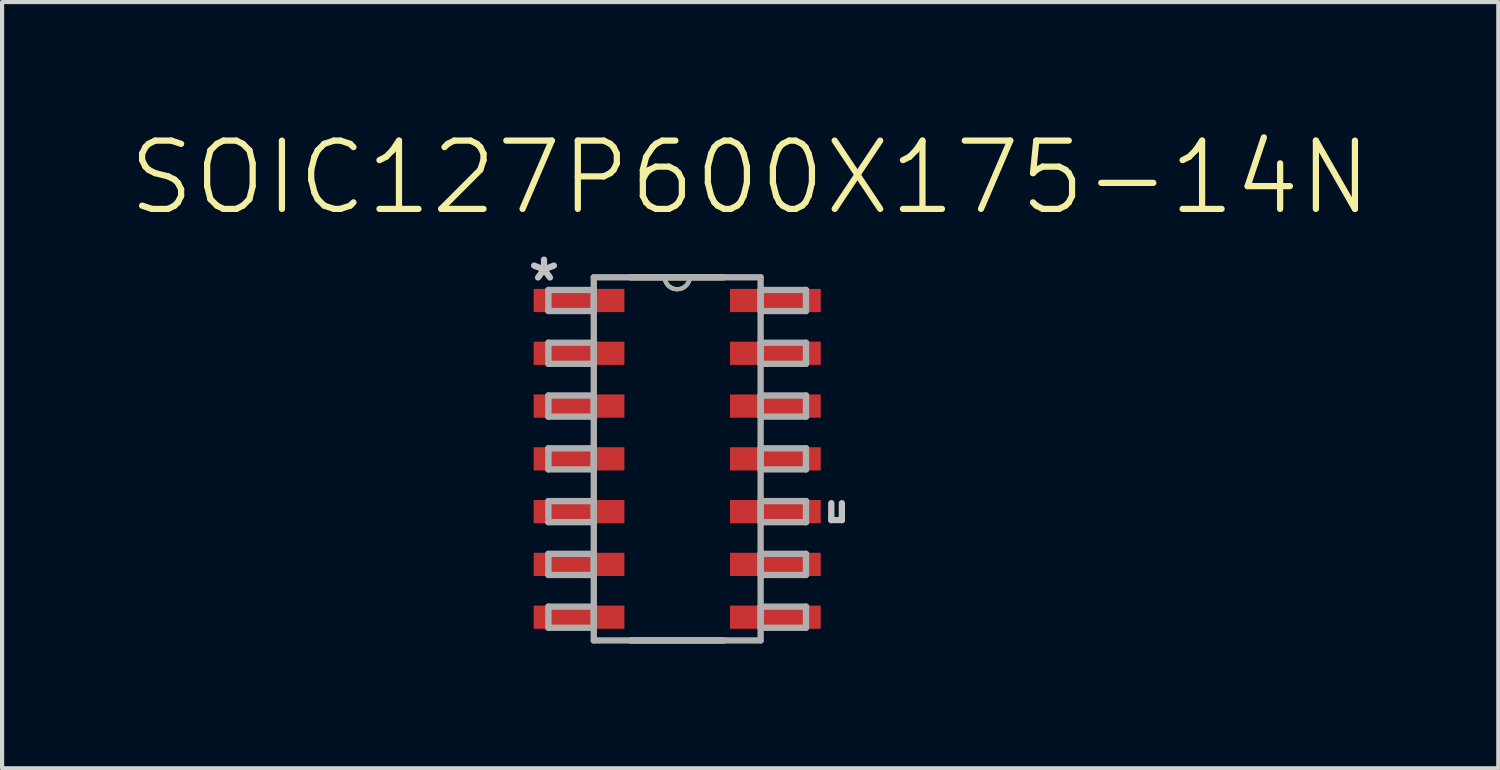
<source format=kicad_pcb>
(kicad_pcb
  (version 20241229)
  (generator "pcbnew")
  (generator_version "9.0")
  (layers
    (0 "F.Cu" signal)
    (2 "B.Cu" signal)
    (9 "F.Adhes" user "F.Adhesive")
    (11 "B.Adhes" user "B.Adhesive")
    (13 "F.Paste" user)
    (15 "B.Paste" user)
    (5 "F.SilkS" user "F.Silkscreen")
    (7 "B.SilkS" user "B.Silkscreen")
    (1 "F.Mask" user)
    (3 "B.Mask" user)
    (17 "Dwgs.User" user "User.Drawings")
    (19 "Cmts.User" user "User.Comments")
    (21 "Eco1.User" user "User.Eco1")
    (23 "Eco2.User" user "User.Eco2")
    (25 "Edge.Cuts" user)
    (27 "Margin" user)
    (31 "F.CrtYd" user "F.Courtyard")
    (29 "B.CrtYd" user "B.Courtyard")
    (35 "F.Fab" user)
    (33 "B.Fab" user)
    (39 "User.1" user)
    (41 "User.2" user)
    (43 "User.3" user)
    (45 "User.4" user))
  (footprint "SOIC127P600X175-14N"
    (layer "F.Cu")
    (at 13.245 7.991)
    (property "Reference" "SOIC127P600X175-14N" (at 1.755 -6.767 0) (layer "F.SilkS") (effects (font (size 1.643 1.643) (thickness 0.15))))
    (attr smd)
    (fp_line (start -1.118 4.369) (end 1.118 4.369) (stroke (width 0.152) (type solid)) (layer "F.SilkS"))
    (fp_line (start -0.305 -4.369) (end -1.118 -4.369) (stroke (width 0.152) (type solid)) (layer "F.SilkS"))
    (fp_line (start 1.118 -4.369) (end -0.305 -4.369) (stroke (width 0.152) (type solid)) (layer "F.SilkS"))
    (fp_arc (start 0.3048 -4.3942) (mid 0.0127 -4.0767) (end -0.3048 -4.3688) (stroke (width 0.1) (type solid)) (layer "F.SilkS"))
    (fp_line (start 3.708 1.473) (end 3.708 1.067) (stroke (width 0.152) (type solid)) (layer "Dwgs.User"))
    (fp_line (start 3.962 1.067) (end 3.962 1.473) (stroke (width 0.152) (type solid)) (layer "Dwgs.User"))
    (fp_line (start 3.962 1.473) (end 3.708 1.473) (stroke (width 0.152) (type solid)) (layer "Dwgs.User"))
    (fp_line (start -3.099 -4.064) (end -3.099 -3.556) (stroke (width 0.152) (type solid)) (layer "F.Fab"))
    (fp_line (start -3.099 -3.556) (end -2.007 -3.556) (stroke (width 0.152) (type solid)) (layer "F.Fab"))
    (fp_line (start -3.099 -2.794) (end -3.099 -2.286) (stroke (width 0.152) (type solid)) (layer "F.Fab"))
    (fp_line (start -3.099 -2.286) (end -2.007 -2.286) (stroke (width 0.152) (type solid)) (layer "F.Fab"))
    (fp_line (start -3.099 -1.524) (end -3.099 -1.016) (stroke (width 0.152) (type solid)) (layer "F.Fab"))
    (fp_line (start -3.099 -1.016) (end -2.007 -1.016) (stroke (width 0.152) (type solid)) (layer "F.Fab"))
    (fp_line (start -3.099 -0.254) (end -3.099 0.254) (stroke (width 0.152) (type solid)) (layer "F.Fab"))
    (fp_line (start -3.099 0.254) (end -2.007 0.254) (stroke (width 0.152) (type solid)) (layer "F.Fab"))
    (fp_line (start -3.099 1.016) (end -3.099 1.524) (stroke (width 0.152) (type solid)) (layer "F.Fab"))
    (fp_line (start -3.099 1.524) (end -2.007 1.524) (stroke (width 0.152) (type solid)) (layer "F.Fab"))
    (fp_line (start -3.099 2.286) (end -3.099 2.794) (stroke (width 0.152) (type solid)) (layer "F.Fab"))
    (fp_line (start -3.099 2.794) (end -2.007 2.794) (stroke (width 0.152) (type solid)) (layer "F.Fab"))
    (fp_line (start -3.099 3.556) (end -3.099 4.064) (stroke (width 0.152) (type solid)) (layer "F.Fab"))
    (fp_line (start -3.099 4.064) (end -2.007 4.064) (stroke (width 0.152) (type solid)) (layer "F.Fab"))
    (fp_line (start -2.007 -4.369) (end -2.007 4.369) (stroke (width 0.152) (type solid)) (layer "F.Fab"))
    (fp_line (start -2.007 -4.064) (end -3.099 -4.064) (stroke (width 0.152) (type solid)) (layer "F.Fab"))
    (fp_line (start -2.007 -3.556) (end -2.007 -4.064) (stroke (width 0.152) (type solid)) (layer "F.Fab"))
    (fp_line (start -2.007 -2.794) (end -3.099 -2.794) (stroke (width 0.152) (type solid)) (layer "F.Fab"))
    (fp_line (start -2.007 -2.286) (end -2.007 -2.794) (stroke (width 0.152) (type solid)) (layer "F.Fab"))
    (fp_line (start -2.007 -1.524) (end -3.099 -1.524) (stroke (width 0.152) (type solid)) (layer "F.Fab"))
    (fp_line (start -2.007 -1.016) (end -2.007 -1.524) (stroke (width 0.152) (type solid)) (layer "F.Fab"))
    (fp_line (start -2.007 -0.254) (end -3.099 -0.254) (stroke (width 0.152) (type solid)) (layer "F.Fab"))
    (fp_line (start -2.007 0.254) (end -2.007 -0.254) (stroke (width 0.152) (type solid)) (layer "F.Fab"))
    (fp_line (start -2.007 1.016) (end -3.099 1.016) (stroke (width 0.152) (type solid)) (layer "F.Fab"))
    (fp_line (start -2.007 1.524) (end -2.007 1.016) (stroke (width 0.152) (type solid)) (layer "F.Fab"))
    (fp_line (start -2.007 2.286) (end -3.099 2.286) (stroke (width 0.152) (type solid)) (layer "F.Fab"))
    (fp_line (start -2.007 2.794) (end -2.007 2.286) (stroke (width 0.152) (type solid)) (layer "F.Fab"))
    (fp_line (start -2.007 3.556) (end -3.099 3.556) (stroke (width 0.152) (type solid)) (layer "F.Fab"))
    (fp_line (start -2.007 4.064) (end -2.007 3.556) (stroke (width 0.152) (type solid)) (layer "F.Fab"))
    (fp_line (start -2.007 4.369) (end 2.007 4.369) (stroke (width 0.152) (type solid)) (layer "F.Fab"))
    (fp_line (start -0.305 -4.369) (end -2.007 -4.369) (stroke (width 0.152) (type solid)) (layer "F.Fab"))
    (fp_line (start 2.007 -4.369) (end -0.305 -4.369) (stroke (width 0.152) (type solid)) (layer "F.Fab"))
    (fp_line (start 2.007 -4.064) (end 2.007 -3.556) (stroke (width 0.152) (type solid)) (layer "F.Fab"))
    (fp_line (start 2.007 -3.556) (end 3.099 -3.556) (stroke (width 0.152) (type solid)) (layer "F.Fab"))
    (fp_line (start 2.007 -2.794) (end 2.007 -2.286) (stroke (width 0.152) (type solid)) (layer "F.Fab"))
    (fp_line (start 2.007 -2.286) (end 3.099 -2.286) (stroke (width 0.152) (type solid)) (layer "F.Fab"))
    (fp_line (start 2.007 -1.524) (end 2.007 -1.016) (stroke (width 0.152) (type solid)) (layer "F.Fab"))
    (fp_line (start 2.007 -1.016) (end 3.099 -1.016) (stroke (width 0.152) (type solid)) (layer "F.Fab"))
    (fp_line (start 2.007 -0.254) (end 2.007 0.254) (stroke (width 0.152) (type solid)) (layer "F.Fab"))
    (fp_line (start 2.007 0.254) (end 3.099 0.254) (stroke (width 0.152) (type solid)) (layer "F.Fab"))
    (fp_line (start 2.007 1.016) (end 2.007 1.524) (stroke (width 0.152) (type solid)) (layer "F.Fab"))
    (fp_line (start 2.007 1.524) (end 3.099 1.524) (stroke (width 0.152) (type solid)) (layer "F.Fab"))
    (fp_line (start 2.007 2.286) (end 2.007 2.794) (stroke (width 0.152) (type solid)) (layer "F.Fab"))
    (fp_line (start 2.007 2.794) (end 3.099 2.794) (stroke (width 0.152) (type solid)) (layer "F.Fab"))
    (fp_line (start 2.007 3.556) (end 2.007 4.064) (stroke (width 0.152) (type solid)) (layer "F.Fab"))
    (fp_line (start 2.007 4.064) (end 3.099 4.064) (stroke (width 0.152) (type solid)) (layer "F.Fab"))
    (fp_line (start 2.007 4.369) (end 2.007 -4.369) (stroke (width 0.152) (type solid)) (layer "F.Fab"))
    (fp_line (start 3.099 -4.064) (end 2.007 -4.064) (stroke (width 0.152) (type solid)) (layer "F.Fab"))
    (fp_line (start 3.099 -3.556) (end 3.099 -4.064) (stroke (width 0.152) (type solid)) (layer "F.Fab"))
    (fp_line (start 3.099 -2.794) (end 2.007 -2.794) (stroke (width 0.152) (type solid)) (layer "F.Fab"))
    (fp_line (start 3.099 -2.286) (end 3.099 -2.794) (stroke (width 0.152) (type solid)) (layer "F.Fab"))
    (fp_line (start 3.099 -1.524) (end 2.007 -1.524) (stroke (width 0.152) (type solid)) (layer "F.Fab"))
    (fp_line (start 3.099 -1.016) (end 3.099 -1.524) (stroke (width 0.152) (type solid)) (layer "F.Fab"))
    (fp_line (start 3.099 -0.254) (end 2.007 -0.254) (stroke (width 0.152) (type solid)) (layer "F.Fab"))
    (fp_line (start 3.099 0.254) (end 3.099 -0.254) (stroke (width 0.152) (type solid)) (layer "F.Fab"))
    (fp_line (start 3.099 1.016) (end 2.007 1.016) (stroke (width 0.152) (type solid)) (layer "F.Fab"))
    (fp_line (start 3.099 1.524) (end 3.099 1.016) (stroke (width 0.152) (type solid)) (layer "F.Fab"))
    (fp_line (start 3.099 2.286) (end 2.007 2.286) (stroke (width 0.152) (type solid)) (layer "F.Fab"))
    (fp_line (start 3.099 2.794) (end 3.099 2.286) (stroke (width 0.152) (type solid)) (layer "F.Fab"))
    (fp_line (start 3.099 3.556) (end 2.007 3.556) (stroke (width 0.152) (type solid)) (layer "F.Fab"))
    (fp_line (start 3.099 4.064) (end 3.099 3.556) (stroke (width 0.152) (type solid)) (layer "F.Fab"))
    (fp_arc (start 0.3048 -4.3942) (mid 0.0127 -4.0767) (end -0.3048 -4.3688) (stroke (width 0.1) (type solid)) (layer "F.Fab"))
    (fp_text user "*" (at -3.205 -4.248 0) (layer "Dwgs.User") (effects (font (size 1.002 1.002) (thickness 0.15))))
    (pad "1" smd rect (at -2.362 -3.81) (size 2.184 0.559) (layers "F.Cu" "F.Mask" "F.Paste"))
    (pad "2" smd rect (at -2.362 -2.54) (size 2.184 0.559) (layers "F.Cu" "F.Mask" "F.Paste"))
    (pad "3" smd rect (at -2.362 -1.27) (size 2.184 0.559) (layers "F.Cu" "F.Mask" "F.Paste"))
    (pad "4" smd rect (at -2.362 0) (size 2.184 0.559) (layers "F.Cu" "F.Mask" "F.Paste"))
    (pad "5" smd rect (at -2.362 1.27) (size 2.184 0.559) (layers "F.Cu" "F.Mask" "F.Paste"))
    (pad "6" smd rect (at -2.362 2.54) (size 2.184 0.559) (layers "F.Cu" "F.Mask" "F.Paste"))
    (pad "7" smd rect (at -2.362 3.81) (size 2.184 0.559) (layers "F.Cu" "F.Mask" "F.Paste"))
    (pad "8" smd rect (at 2.362 3.81) (size 2.184 0.559) (layers "F.Cu" "F.Mask" "F.Paste"))
    (pad "9" smd rect (at 2.362 2.54) (size 2.184 0.559) (layers "F.Cu" "F.Mask" "F.Paste"))
    (pad "10" smd rect (at 2.362 1.27) (size 2.184 0.559) (layers "F.Cu" "F.Mask" "F.Paste"))
    (pad "11" smd rect (at 2.362 0) (size 2.184 0.559) (layers "F.Cu" "F.Mask" "F.Paste"))
    (pad "12" smd rect (at 2.362 -1.27) (size 2.184 0.559) (layers "F.Cu" "F.Mask" "F.Paste"))
    (pad "13" smd rect (at 2.362 -2.54) (size 2.184 0.559) (layers "F.Cu" "F.Mask" "F.Paste"))
    (pad "14" smd rect (at 2.362 -3.81) (size 2.184 0.559) (layers "F.Cu" "F.Mask" "F.Paste")))
  (gr_rect
    (start -3 -3)
    (end 33.002 15.436)
    (stroke (width 0.1) (type default))
    (fill no)
    (layer "Edge.Cuts")))
</source>
